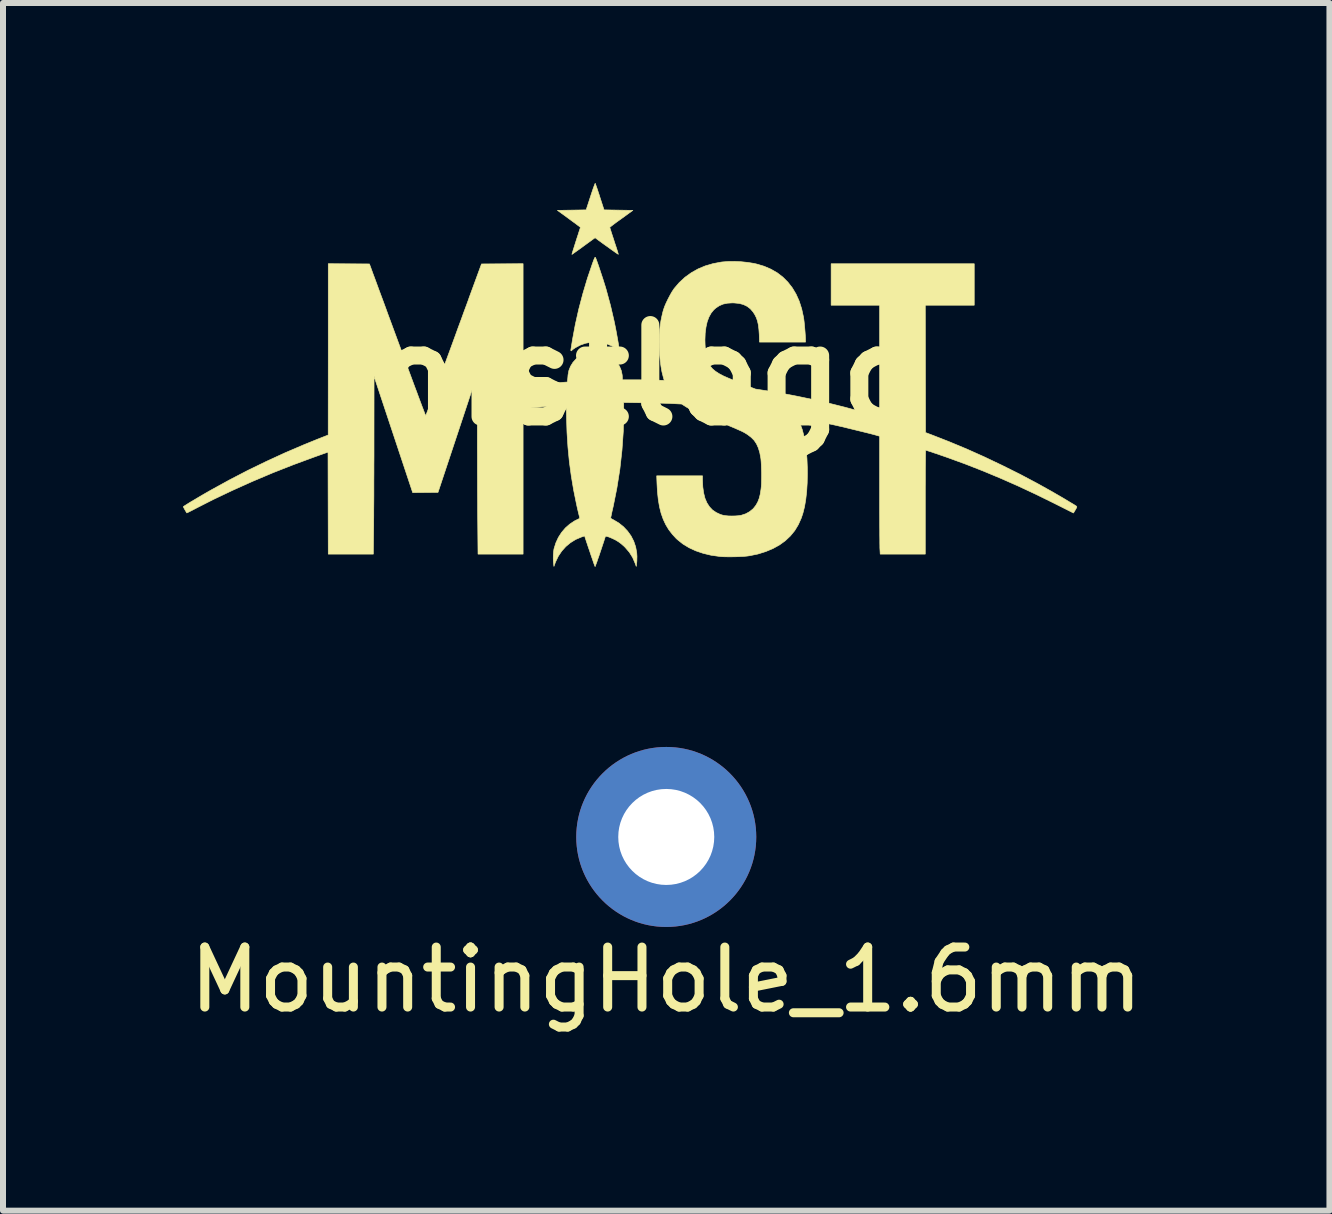
<source format=kicad_pcb>
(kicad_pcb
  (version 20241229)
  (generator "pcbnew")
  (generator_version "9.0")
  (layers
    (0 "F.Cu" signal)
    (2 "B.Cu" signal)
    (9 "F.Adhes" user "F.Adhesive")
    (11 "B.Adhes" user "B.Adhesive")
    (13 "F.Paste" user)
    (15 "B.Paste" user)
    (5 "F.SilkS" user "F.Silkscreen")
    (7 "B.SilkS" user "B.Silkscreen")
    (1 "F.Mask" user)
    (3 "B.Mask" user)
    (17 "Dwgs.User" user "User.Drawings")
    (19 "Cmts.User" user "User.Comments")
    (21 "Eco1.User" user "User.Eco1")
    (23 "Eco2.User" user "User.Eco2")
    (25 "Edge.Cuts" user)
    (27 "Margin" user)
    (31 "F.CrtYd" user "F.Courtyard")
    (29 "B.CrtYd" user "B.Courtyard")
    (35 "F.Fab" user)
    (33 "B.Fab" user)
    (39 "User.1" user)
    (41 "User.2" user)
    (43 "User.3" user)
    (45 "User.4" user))
  (footprint "mistlogo"
    (layer "F.Cu")
    (at 7.462 3.202)
    (property "Reference" "mistlogo" (at 0 0 0) (layer "F.SilkS") (effects (font (size 1.524 1.524) (thickness 0.3))))
    (attr through_hole)
    (fp_poly (pts (xy -0.59 -1.963) (xy -0.586 -1.956) (xy -0.579 -1.94) (xy -0.568 -1.911) (xy -0.554 -1.872) (xy -0.537 -1.824) (xy -0.519 -1.77) (xy -0.5 -1.712) (xy -0.48 -1.652) (xy -0.46 -1.591) (xy -0.442 -1.533) (xy -0.425 -1.479) (xy -0.411 -1.432) (xy -0.407 -1.418) (xy -0.338 -1.164) (xy -0.278 -0.906) (xy -0.26 -0.819) (xy -0.25 -0.769) (xy -0.24 -0.716) (xy -0.23 -0.66) (xy -0.22 -0.605) (xy -0.211 -0.553) (xy -0.203 -0.505) (xy -0.197 -0.465) (xy -0.192 -0.433) (xy -0.19 -0.413) (xy -0.19 -0.406) (xy -0.196 -0.409) (xy -0.212 -0.42) (xy -0.233 -0.435) (xy -0.234 -0.436) (xy -0.311 -0.484) (xy -0.394 -0.519) (xy -0.483 -0.542) (xy -0.573 -0.551) (xy -0.665 -0.547) (xy -0.754 -0.531) (xy -0.84 -0.501) (xy -0.921 -0.458) (xy -0.931 -0.451) (xy -0.955 -0.435) (xy -0.973 -0.421) (xy -0.982 -0.412) (xy -0.983 -0.412) (xy -0.992 -0.404) (xy -0.998 -0.409) (xy -0.998 -0.425) (xy -0.998 -0.425) (xy -0.995 -0.44) (xy -0.991 -0.466) (xy -0.985 -0.503) (xy -0.978 -0.546) (xy -0.971 -0.59) (xy -0.924 -0.842) (xy -0.866 -1.1) (xy -0.798 -1.358) (xy -0.722 -1.613) (xy -0.638 -1.86) (xy -0.631 -1.879) (xy -0.617 -1.918) (xy -0.606 -1.943) (xy -0.599 -1.958) (xy -0.594 -1.964) (xy -0.59 -1.963)) (stroke (width 0.01) (type solid)) (fill yes) (layer "F.SilkS"))
    (fp_poly (pts (xy -0.588 -3.188) (xy -0.581 -3.167) (xy -0.569 -3.134) (xy -0.555 -3.093) (xy -0.539 -3.044) (xy -0.521 -2.99) (xy -0.516 -2.973) (xy -0.445 -2.754) (xy -0.205 -2.75) (xy 0.035 -2.746) (xy -0.157 -2.606) (xy -0.205 -2.572) (xy -0.249 -2.54) (xy -0.286 -2.512) (xy -0.316 -2.489) (xy -0.337 -2.473) (xy -0.348 -2.464) (xy -0.349 -2.463) (xy -0.347 -2.454) (xy -0.34 -2.433) (xy -0.33 -2.401) (xy -0.317 -2.36) (xy -0.301 -2.311) (xy -0.283 -2.257) (xy -0.277 -2.237) (xy -0.259 -2.181) (xy -0.242 -2.131) (xy -0.228 -2.087) (xy -0.217 -2.052) (xy -0.21 -2.027) (xy -0.207 -2.014) (xy -0.207 -2.013) (xy -0.213 -2.017) (xy -0.23 -2.028) (xy -0.257 -2.046) (xy -0.29 -2.07) (xy -0.329 -2.097) (xy -0.371 -2.128) (xy -0.415 -2.159) (xy -0.46 -2.191) (xy -0.502 -2.222) (xy -0.541 -2.25) (xy -0.571 -2.273) (xy -0.594 -2.29) (xy -0.785 -2.151) (xy -0.832 -2.116) (xy -0.876 -2.085) (xy -0.914 -2.058) (xy -0.945 -2.036) (xy -0.967 -2.02) (xy -0.978 -2.013) (xy -0.98 -2.012) (xy -0.979 -2.019) (xy -0.973 -2.039) (xy -0.964 -2.07) (xy -0.951 -2.111) (xy -0.936 -2.159) (xy -0.919 -2.213) (xy -0.912 -2.235) (xy -0.894 -2.291) (xy -0.877 -2.342) (xy -0.863 -2.387) (xy -0.851 -2.423) (xy -0.843 -2.448) (xy -0.839 -2.461) (xy -0.839 -2.463) (xy -0.845 -2.468) (xy -0.862 -2.482) (xy -0.889 -2.502) (xy -0.923 -2.528) (xy -0.965 -2.558) (xy -1.011 -2.592) (xy -1.031 -2.607) (xy -1.222 -2.746) (xy -0.983 -2.75) (xy -0.743 -2.754) (xy -0.67 -2.978) (xy -0.652 -3.033) (xy -0.635 -3.084) (xy -0.62 -3.127) (xy -0.607 -3.161) (xy -0.598 -3.185) (xy -0.593 -3.196) (xy -0.592 -3.197) (xy -0.588 -3.188)) (stroke (width 0.01) (type solid)) (fill yes) (layer "F.SilkS"))
    (fp_poly (pts (xy 1.84 -1.89) (xy 1.946 -1.879) (xy 2.047 -1.863) (xy 2.097 -1.852) (xy 2.222 -1.815) (xy 2.336 -1.766) (xy 2.441 -1.706) (xy 2.535 -1.634) (xy 2.619 -1.55) (xy 2.693 -1.455) (xy 2.756 -1.349) (xy 2.808 -1.233) (xy 2.849 -1.105) (xy 2.879 -0.968) (xy 2.885 -0.928) (xy 2.89 -0.889) (xy 2.895 -0.839) (xy 2.9 -0.783) (xy 2.905 -0.725) (xy 2.909 -0.669) (xy 2.912 -0.621) (xy 2.913 -0.583) (xy 2.913 -0.581) (xy 2.913 -0.551) (xy 2.146 -0.551) (xy 2.142 -0.678) (xy 2.136 -0.763) (xy 2.127 -0.837) (xy 2.113 -0.9) (xy 2.094 -0.956) (xy 2.068 -1.008) (xy 2.039 -1.053) (xy 1.994 -1.105) (xy 1.941 -1.146) (xy 1.879 -1.176) (xy 1.808 -1.195) (xy 1.725 -1.203) (xy 1.693 -1.204) (xy 1.612 -1.199) (xy 1.54 -1.184) (xy 1.476 -1.157) (xy 1.419 -1.119) (xy 1.384 -1.088) (xy 1.34 -1.034) (xy 1.303 -0.967) (xy 1.274 -0.889) (xy 1.254 -0.799) (xy 1.241 -0.698) (xy 1.237 -0.588) (xy 1.239 -0.509) (xy 1.245 -0.414) (xy 1.256 -0.332) (xy 1.273 -0.262) (xy 1.295 -0.202) (xy 1.325 -0.15) (xy 1.364 -0.104) (xy 1.412 -0.064) (xy 1.47 -0.026) (xy 1.54 0.011) (xy 1.55 0.016) (xy 1.582 0.03) (xy 1.625 0.049) (xy 1.678 0.071) (xy 1.736 0.095) (xy 1.797 0.12) (xy 1.857 0.144) (xy 1.86 0.146) (xy 2.078 0.232) (xy 2.26 0.26) (xy 2.511 0.302) (xy 2.77 0.351) (xy 3.037 0.407) (xy 3.306 0.469) (xy 3.574 0.536) (xy 3.838 0.608) (xy 3.911 0.629) (xy 4.148 0.696) (xy 4.148 -1.165) (xy 3.34 -1.165) (xy 3.34 -1.856) (xy 5.725 -1.856) (xy 5.725 -1.165) (xy 4.909 -1.165) (xy 4.911 -0.104) (xy 4.913 0.957) (xy 5.022 0.998) (xy 5.308 1.11) (xy 5.601 1.232) (xy 5.896 1.364) (xy 6.192 1.505) (xy 6.485 1.651) (xy 6.772 1.803) (xy 6.991 1.925) (xy 7.039 1.952) (xy 7.09 1.982) (xy 7.144 2.013) (xy 7.199 2.045) (xy 7.251 2.076) (xy 7.3 2.106) (xy 7.344 2.132) (xy 7.381 2.154) (xy 7.408 2.171) (xy 7.425 2.182) (xy 7.427 2.184) (xy 7.433 2.19) (xy 7.434 2.199) (xy 7.429 2.212) (xy 7.417 2.234) (xy 7.41 2.246) (xy 7.379 2.298) (xy 7.059 2.137) (xy 6.758 1.989) (xy 6.463 1.851) (xy 6.171 1.722) (xy 5.879 1.6) (xy 5.583 1.484) (xy 5.301 1.381) (xy 5.256 1.365) (xy 5.207 1.348) (xy 5.155 1.33) (xy 5.104 1.312) (xy 5.054 1.296) (xy 5.009 1.28) (xy 4.97 1.268) (xy 4.94 1.258) (xy 4.921 1.252) (xy 4.915 1.251) (xy 4.914 1.258) (xy 4.914 1.28) (xy 4.913 1.316) (xy 4.912 1.364) (xy 4.912 1.424) (xy 4.911 1.495) (xy 4.91 1.575) (xy 4.91 1.664) (xy 4.91 1.76) (xy 4.909 1.863) (xy 4.909 1.972) (xy 4.909 2.085) (xy 4.909 2.117) (xy 4.909 2.983) (xy 4.158 2.983) (xy 4.153 2.895) (xy 4.152 2.876) (xy 4.152 2.842) (xy 4.151 2.795) (xy 4.151 2.736) (xy 4.15 2.666) (xy 4.15 2.585) (xy 4.149 2.496) (xy 4.149 2.399) (xy 4.148 2.295) (xy 4.148 2.185) (xy 4.148 2.071) (xy 4.148 1.953) (xy 4.148 1.913) (xy 4.148 1.018) (xy 4.109 1.007) (xy 4.085 1) (xy 4.049 0.99) (xy 4.003 0.978) (xy 3.948 0.964) (xy 3.887 0.949) (xy 3.822 0.933) (xy 3.756 0.917) (xy 3.691 0.901) (xy 3.629 0.886) (xy 3.573 0.872) (xy 3.524 0.86) (xy 3.503 0.856) (xy 3.439 0.841) (xy 3.371 0.826) (xy 3.3 0.811) (xy 3.227 0.796) (xy 3.154 0.78) (xy 3.084 0.766) (xy 3.016 0.753) (xy 2.954 0.74) (xy 2.899 0.73) (xy 2.851 0.721) (xy 2.814 0.715) (xy 2.788 0.711) (xy 2.776 0.71) (xy 2.775 0.711) (xy 2.776 0.719) (xy 2.784 0.735) (xy 2.788 0.742) (xy 2.825 0.817) (xy 2.858 0.906) (xy 2.885 1.008) (xy 2.908 1.124) (xy 2.925 1.251) (xy 2.937 1.39) (xy 2.943 1.539) (xy 2.944 1.639) (xy 2.941 1.797) (xy 2.932 1.941) (xy 2.917 2.073) (xy 2.897 2.192) (xy 2.87 2.3) (xy 2.842 2.384) (xy 2.793 2.493) (xy 2.733 2.592) (xy 2.66 2.681) (xy 2.575 2.761) (xy 2.478 2.831) (xy 2.369 2.891) (xy 2.249 2.941) (xy 2.118 2.982) (xy 1.981 3.01) (xy 1.938 3.016) (xy 1.884 3.021) (xy 1.821 3.024) (xy 1.753 3.027) (xy 1.684 3.028) (xy 1.616 3.028) (xy 1.555 3.027) (xy 1.502 3.024) (xy 1.482 3.022) (xy 1.34 3.002) (xy 1.207 2.97) (xy 1.083 2.928) (xy 0.971 2.876) (xy 0.869 2.814) (xy 0.779 2.742) (xy 0.759 2.724) (xy 0.692 2.651) (xy 0.633 2.574) (xy 0.583 2.491) (xy 0.541 2.401) (xy 0.506 2.302) (xy 0.479 2.193) (xy 0.459 2.073) (xy 0.445 1.941) (xy 0.438 1.812) (xy 0.433 1.678) (xy 1.196 1.678) (xy 1.196 1.75) (xy 1.201 1.863) (xy 1.215 1.963) (xy 1.237 2.052) (xy 1.27 2.129) (xy 1.312 2.194) (xy 1.363 2.248) (xy 1.425 2.29) (xy 1.496 2.323) (xy 1.538 2.335) (xy 1.578 2.342) (xy 1.629 2.347) (xy 1.685 2.348) (xy 1.742 2.347) (xy 1.795 2.343) (xy 1.839 2.336) (xy 1.844 2.335) (xy 1.917 2.311) (xy 1.982 2.275) (xy 2.038 2.229) (xy 2.048 2.218) (xy 2.085 2.171) (xy 2.116 2.117) (xy 2.14 2.056) (xy 2.158 1.986) (xy 2.171 1.903) (xy 2.176 1.859) (xy 2.179 1.815) (xy 2.18 1.759) (xy 2.181 1.697) (xy 2.181 1.631) (xy 2.179 1.565) (xy 2.177 1.502) (xy 2.174 1.446) (xy 2.17 1.399) (xy 2.167 1.379) (xy 2.15 1.289) (xy 2.126 1.211) (xy 2.096 1.145) (xy 2.058 1.088) (xy 2.01 1.039) (xy 1.953 0.995) (xy 1.933 0.982) (xy 1.914 0.97) (xy 1.894 0.958) (xy 1.871 0.946) (xy 1.845 0.933) (xy 1.813 0.919) (xy 1.775 0.902) (xy 1.73 0.882) (xy 1.675 0.859) (xy 1.609 0.832) (xy 1.531 0.8) (xy 1.456 0.769) (xy 1.357 0.728) (xy 1.271 0.692) (xy 1.197 0.661) (xy 1.133 0.633) (xy 1.079 0.609) (xy 1.032 0.587) (xy 0.993 0.568) (xy 0.959 0.55) (xy 0.929 0.533) (xy 0.904 0.517) (xy 0.849 0.482) (xy 0.695 0.474) (xy 0.652 0.472) (xy 0.596 0.47) (xy 0.53 0.468) (xy 0.457 0.466) (xy 0.38 0.464) (xy 0.301 0.462) (xy 0.223 0.461) (xy 0.212 0.461) (xy -0.117 0.456) (xy -0.117 0.626) (xy -0.124 0.937) (xy -0.146 1.251) (xy -0.181 1.567) (xy -0.231 1.883) (xy -0.291 2.183) (xy -0.303 2.235) (xy -0.314 2.283) (xy -0.322 2.323) (xy -0.329 2.355) (xy -0.333 2.375) (xy -0.334 2.381) (xy -0.328 2.389) (xy -0.311 2.4) (xy -0.289 2.411) (xy -0.201 2.463) (xy -0.122 2.526) (xy -0.053 2.599) (xy 0.005 2.68) (xy 0.05 2.768) (xy 0.082 2.862) (xy 0.1 2.961) (xy 0.104 3.021) (xy 0.103 3.06) (xy 0.102 3.1) (xy 0.099 3.133) (xy 0.098 3.142) (xy 0.092 3.188) (xy 0.073 3.135) (xy 0.032 3.04) (xy -0.023 2.952) (xy -0.092 2.872) (xy -0.113 2.851) (xy -0.16 2.81) (xy -0.205 2.777) (xy -0.253 2.748) (xy -0.298 2.726) (xy -0.348 2.704) (xy -0.385 2.691) (xy -0.41 2.685) (xy -0.422 2.688) (xy -0.423 2.69) (xy -0.429 2.709) (xy -0.439 2.74) (xy -0.452 2.781) (xy -0.468 2.828) (xy -0.485 2.88) (xy -0.503 2.933) (xy -0.52 2.985) (xy -0.537 3.034) (xy -0.552 3.076) (xy -0.563 3.11) (xy -0.571 3.132) (xy -0.573 3.136) (xy -0.594 3.192) (xy -0.608 3.155) (xy -0.615 3.137) (xy -0.625 3.108) (xy -0.638 3.069) (xy -0.654 3.024) (xy -0.671 2.974) (xy -0.688 2.922) (xy -0.706 2.871) (xy -0.722 2.822) (xy -0.737 2.778) (xy -0.749 2.741) (xy -0.758 2.714) (xy -0.763 2.699) (xy -0.763 2.697) (xy -0.767 2.68) (xy -0.824 2.699) (xy -0.918 2.739) (xy -1.005 2.793) (xy -1.082 2.857) (xy -1.15 2.933) (xy -1.207 3.018) (xy -1.252 3.112) (xy -1.258 3.127) (xy -1.28 3.188) (xy -1.286 3.145) (xy -1.29 3.102) (xy -1.291 3.05) (xy -1.29 2.995) (xy -1.286 2.944) (xy -1.28 2.901) (xy -1.278 2.892) (xy -1.248 2.796) (xy -1.206 2.705) (xy -1.152 2.621) (xy -1.088 2.546) (xy -1.015 2.482) (xy -0.935 2.429) (xy -0.903 2.413) (xy -0.875 2.4) (xy -0.859 2.391) (xy -0.853 2.381) (xy -0.853 2.367) (xy -0.858 2.346) (xy -0.859 2.344) (xy -0.869 2.304) (xy -0.881 2.253) (xy -0.895 2.192) (xy -0.909 2.126) (xy -0.923 2.057) (xy -0.937 1.988) (xy -0.95 1.924) (xy -0.951 1.919) (xy -0.991 1.681) (xy -1.023 1.444) (xy -1.046 1.205) (xy -1.062 0.959) (xy -1.069 0.74) (xy -1.074 0.497) (xy -1.099 0.497) (xy -1.12 0.498) (xy -1.153 0.5) (xy -1.198 0.503) (xy -1.252 0.508) (xy -1.313 0.513) (xy -1.378 0.519) (xy -1.446 0.525) (xy -1.515 0.532) (xy -1.582 0.538) (xy -1.645 0.545) (xy -1.702 0.551) (xy -1.75 0.556) (xy -1.794 0.561) (xy -1.794 2.983) (xy -2.545 2.983) (xy -2.55 2.434) (xy -2.551 2.351) (xy -2.552 2.254) (xy -2.552 2.146) (xy -2.553 2.027) (xy -2.554 1.901) (xy -2.554 1.767) (xy -2.555 1.629) (xy -2.555 1.489) (xy -2.555 1.347) (xy -2.556 1.206) (xy -2.556 1.068) (xy -2.556 0.934) (xy -2.556 0.933) (xy -2.557 -0.019) (xy -2.884 0.967) (xy -3.212 1.954) (xy -3.423 1.956) (xy -3.634 1.958) (xy -4.278 0.019) (xy -4.279 1.08) (xy -4.279 1.217) (xy -4.279 1.354) (xy -4.28 1.492) (xy -4.28 1.629) (xy -4.281 1.763) (xy -4.281 1.892) (xy -4.281 2.017) (xy -4.282 2.134) (xy -4.283 2.242) (xy -4.283 2.341) (xy -4.284 2.428) (xy -4.284 2.503) (xy -4.285 2.562) (xy -4.29 2.983) (xy -5.041 2.983) (xy -5.043 2.133) (xy -5.045 1.283) (xy -5.259 1.359) (xy -5.612 1.489) (xy -5.961 1.626) (xy -6.304 1.771) (xy -6.638 1.921) (xy -6.962 2.075) (xy -7.223 2.208) (xy -7.271 2.233) (xy -7.313 2.255) (xy -7.349 2.273) (xy -7.377 2.287) (xy -7.394 2.295) (xy -7.399 2.297) (xy -7.41 2.279) (xy -7.424 2.255) (xy -7.438 2.231) (xy -7.449 2.21) (xy -7.456 2.196) (xy -7.457 2.193) (xy -7.45 2.187) (xy -7.432 2.175) (xy -7.402 2.156) (xy -7.364 2.132) (xy -7.318 2.104) (xy -7.265 2.073) (xy -7.208 2.039) (xy -7.147 2.003) (xy -7.085 1.967) (xy -7.022 1.931) (xy -6.983 1.909) (xy -6.69 1.748) (xy -6.386 1.59) (xy -6.075 1.439) (xy -5.762 1.295) (xy -5.449 1.161) (xy -5.218 1.067) (xy -5.042 0.998) (xy -5.041 -0.429) (xy -5.041 -1.857) (xy -4.355 -1.853) (xy -4.329 -1.783) (xy -4.324 -1.768) (xy -4.313 -1.739) (xy -4.298 -1.697) (xy -4.278 -1.644) (xy -4.254 -1.579) (xy -4.226 -1.503) (xy -4.195 -1.418) (xy -4.16 -1.324) (xy -4.122 -1.222) (xy -4.082 -1.113) (xy -4.04 -0.997) (xy -3.995 -0.876) (xy -3.949 -0.751) (xy -3.901 -0.621) (xy -3.863 -0.518) (xy -3.815 -0.388) (xy -3.768 -0.261) (xy -3.723 -0.139) (xy -3.68 -0.023) (xy -3.639 0.088) (xy -3.601 0.191) (xy -3.565 0.286) (xy -3.533 0.373) (xy -3.504 0.45) (xy -3.479 0.517) (xy -3.457 0.574) (xy -3.44 0.619) (xy -3.428 0.651) (xy -3.42 0.67) (xy -3.418 0.676) (xy -3.414 0.669) (xy -3.406 0.648) (xy -3.393 0.615) (xy -3.376 0.57) (xy -3.355 0.514) (xy -3.331 0.449) (xy -3.303 0.375) (xy -3.273 0.294) (xy -3.241 0.206) (xy -3.207 0.113) (xy -3.171 0.014) (xy -3.157 -0.021) (xy -3.115 -0.138) (xy -3.069 -0.263) (xy -3.021 -0.393) (xy -2.972 -0.527) (xy -2.923 -0.661) (xy -2.875 -0.794) (xy -2.827 -0.923) (xy -2.783 -1.045) (xy -2.741 -1.158) (xy -2.704 -1.259) (xy -2.695 -1.286) (xy -2.487 -1.853) (xy -2.141 -1.855) (xy -1.794 -1.857) (xy -1.794 -0.835) (xy -1.794 -0.71) (xy -1.794 -0.59) (xy -1.794 -0.475) (xy -1.794 -0.366) (xy -1.793 -0.265) (xy -1.793 -0.171) (xy -1.793 -0.086) (xy -1.792 -0.011) (xy -1.792 0.053) (xy -1.791 0.106) (xy -1.791 0.146) (xy -1.79 0.173) (xy -1.79 0.186) (xy -1.789 0.186) (xy -1.78 0.186) (xy -1.759 0.183) (xy -1.727 0.18) (xy -1.687 0.175) (xy -1.651 0.171) (xy -1.589 0.164) (xy -1.519 0.156) (xy -1.443 0.149) (xy -1.366 0.141) (xy -1.292 0.134) (xy -1.223 0.128) (xy -1.164 0.123) (xy -1.129 0.12) (xy -1.057 0.115) (xy -1.053 0.083) (xy -1.05 0.058) (xy -1.047 0.025) (xy -1.045 -0.003) (xy -1.031 -0.077) (xy -1.003 -0.147) (xy -0.963 -0.212) (xy -0.911 -0.27) (xy -0.85 -0.319) (xy -0.781 -0.358) (xy -0.706 -0.385) (xy -0.665 -0.392) (xy -0.614 -0.395) (xy -0.56 -0.395) (xy -0.51 -0.39) (xy -0.479 -0.384) (xy -0.405 -0.357) (xy -0.337 -0.318) (xy -0.277 -0.269) (xy -0.226 -0.211) (xy -0.186 -0.145) (xy -0.157 -0.074) (xy -0.142 -0.000275) (xy -0.14 0.04) (xy -0.14 0.078) (xy 0.057 0.078) (xy 0.122 0.078) (xy 0.193 0.079) (xy 0.265 0.08) (xy 0.332 0.081) (xy 0.39 0.082) (xy 0.406 0.083) (xy 0.558 0.088) (xy 0.54 0.024) (xy 0.52 -0.055) (xy 0.504 -0.146) (xy 0.491 -0.245) (xy 0.481 -0.351) (xy 0.476 -0.459) (xy 0.474 -0.567) (xy 0.476 -0.671) (xy 0.482 -0.753) (xy 0.491 -0.826) (xy 0.503 -0.905) (xy 0.519 -0.983) (xy 0.536 -1.055) (xy 0.548 -1.096) (xy 0.566 -1.147) (xy 0.591 -1.205) (xy 0.621 -1.267) (xy 0.653 -1.328) (xy 0.685 -1.385) (xy 0.716 -1.432) (xy 0.725 -1.445) (xy 0.809 -1.543) (xy 0.903 -1.63) (xy 1.007 -1.705) (xy 1.12 -1.769) (xy 1.241 -1.82) (xy 1.371 -1.858) (xy 1.507 -1.884) (xy 1.534 -1.887) (xy 1.629 -1.894) (xy 1.733 -1.895) (xy 1.84 -1.89)) (stroke (width 0.01) (type solid)) (fill yes) (layer "F.SilkS")))
  (footprint "MountingHole_1.6mm"
    (layer "F.Cu")
    (at 8.054 10.899)
    (property "Reference" "MountingHole_1.6mm" (at 0 2.38 0) (layer "F.SilkS") (effects (font (size 1 1) (thickness 0.15))))
    (attr through_hole)
    (pad "1" thru_hole circle (at 0 0) (size 3 3) (drill 1.6) (layers "*.Cu" "*.Mask")))
  (gr_rect
    (start -3 -3)
    (end 19.107 17.127)
    (stroke (width 0.1) (type default))
    (fill no)
    (layer "Edge.Cuts")))
</source>
